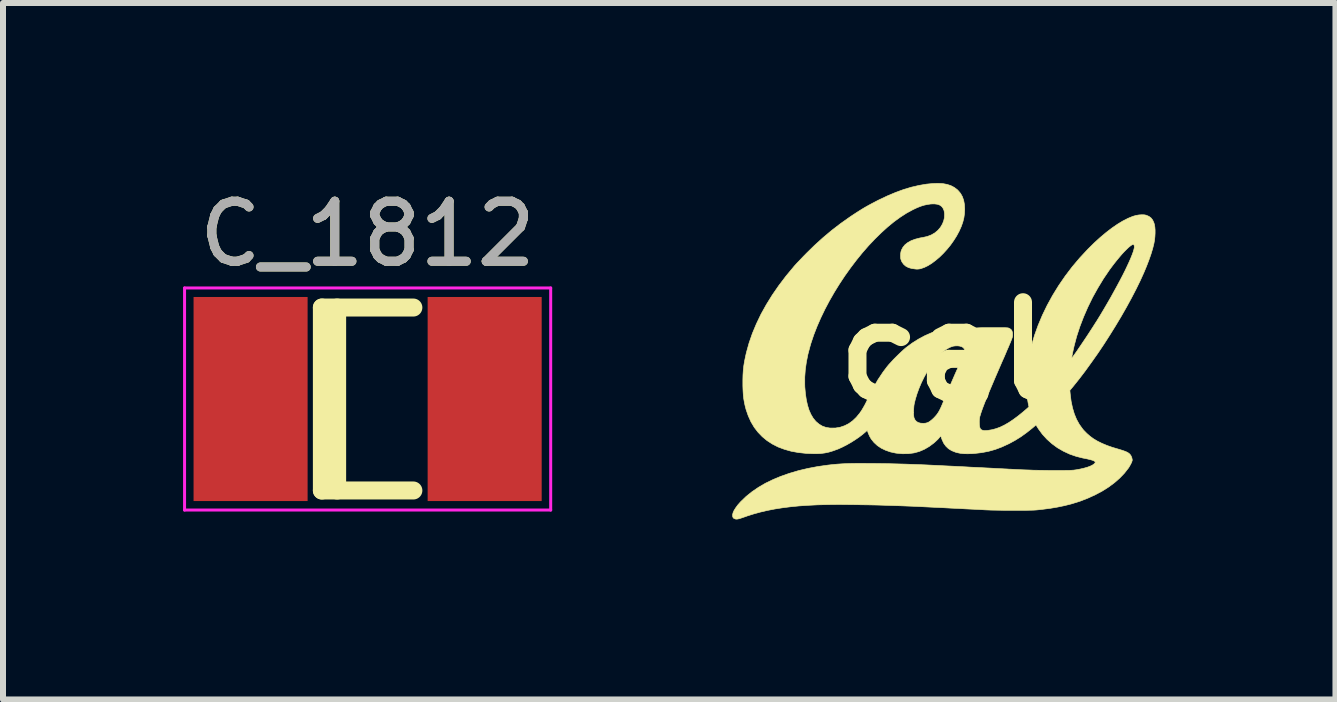
<source format=kicad_pcb>
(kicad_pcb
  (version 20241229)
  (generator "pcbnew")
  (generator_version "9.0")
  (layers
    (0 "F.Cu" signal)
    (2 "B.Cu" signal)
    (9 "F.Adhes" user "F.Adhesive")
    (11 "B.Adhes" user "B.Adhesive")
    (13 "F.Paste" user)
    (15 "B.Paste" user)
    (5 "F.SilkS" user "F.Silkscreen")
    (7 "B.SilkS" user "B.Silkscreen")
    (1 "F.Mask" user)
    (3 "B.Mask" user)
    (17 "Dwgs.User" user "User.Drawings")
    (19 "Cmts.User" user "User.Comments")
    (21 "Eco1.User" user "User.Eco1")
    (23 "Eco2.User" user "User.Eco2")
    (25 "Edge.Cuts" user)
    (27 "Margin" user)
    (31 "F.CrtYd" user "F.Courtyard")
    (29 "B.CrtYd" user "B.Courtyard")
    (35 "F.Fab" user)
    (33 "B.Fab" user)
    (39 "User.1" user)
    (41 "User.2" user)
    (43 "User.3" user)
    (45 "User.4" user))
  (footprint "cal"
    (layer "F.Cu")
    (at 12.688 2.82)
    (property "Reference" "cal" (at 0 0 0) (layer "F.SilkS") (effects (font (size 1.524 1.524) (thickness 0.3))))
    (attr through_hole)
    (fp_poly (pts (xy -0.031 -2.811) (xy 0.041 -2.798) (xy 0.105 -2.777) (xy 0.162 -2.747) (xy 0.211 -2.71) (xy 0.224 -2.697) (xy 0.265 -2.649) (xy 0.296 -2.594) (xy 0.318 -2.531) (xy 0.331 -2.46) (xy 0.335 -2.383) (xy 0.331 -2.31) (xy 0.321 -2.239) (xy 0.303 -2.168) (xy 0.277 -2.095) (xy 0.242 -2.017) (xy 0.2 -1.939) (xy 0.152 -1.863) (xy 0.099 -1.788) (xy 0.041 -1.717) (xy -0.02 -1.65) (xy -0.083 -1.588) (xy -0.148 -1.533) (xy -0.213 -1.484) (xy -0.277 -1.444) (xy -0.339 -1.414) (xy -0.398 -1.394) (xy -0.399 -1.393) (xy -0.43 -1.388) (xy -0.461 -1.386) (xy -0.486 -1.388) (xy -0.549 -1.397) (xy -0.602 -1.412) (xy -0.646 -1.435) (xy -0.681 -1.465) (xy -0.708 -1.502) (xy -0.717 -1.519) (xy -0.725 -1.54) (xy -0.731 -1.559) (xy -0.733 -1.58) (xy -0.734 -1.607) (xy -0.734 -1.612) (xy -0.732 -1.646) (xy -0.728 -1.673) (xy -0.721 -1.698) (xy -0.72 -1.701) (xy -0.695 -1.749) (xy -0.66 -1.792) (xy -0.613 -1.829) (xy -0.557 -1.86) (xy -0.489 -1.885) (xy -0.412 -1.905) (xy -0.361 -1.914) (xy -0.289 -1.93) (xy -0.223 -1.955) (xy -0.164 -1.989) (xy -0.112 -2.032) (xy -0.069 -2.082) (xy -0.036 -2.138) (xy -0.015 -2.191) (xy -0.003 -2.243) (xy -0.001 -2.298) (xy -0.001 -2.309) (xy -0.008 -2.358) (xy -0.024 -2.397) (xy -0.047 -2.429) (xy -0.079 -2.452) (xy -0.12 -2.467) (xy -0.169 -2.473) (xy -0.227 -2.472) (xy -0.282 -2.464) (xy -0.339 -2.452) (xy -0.397 -2.434) (xy -0.458 -2.41) (xy -0.526 -2.378) (xy -0.53 -2.376) (xy -0.633 -2.32) (xy -0.737 -2.253) (xy -0.843 -2.176) (xy -0.949 -2.089) (xy -1.055 -1.993) (xy -1.161 -1.889) (xy -1.266 -1.778) (xy -1.369 -1.66) (xy -1.469 -1.537) (xy -1.567 -1.408) (xy -1.662 -1.275) (xy -1.752 -1.139) (xy -1.838 -1) (xy -1.919 -0.859) (xy -1.994 -0.717) (xy -2.063 -0.574) (xy -2.125 -0.432) (xy -2.18 -0.291) (xy -2.227 -0.151) (xy -2.24 -0.106) (xy -2.277 0.032) (xy -2.303 0.163) (xy -2.321 0.29) (xy -2.33 0.413) (xy -2.33 0.535) (xy -2.329 0.576) (xy -2.319 0.689) (xy -2.304 0.79) (xy -2.284 0.881) (xy -2.259 0.962) (xy -2.227 1.034) (xy -2.191 1.095) (xy -2.148 1.148) (xy -2.141 1.155) (xy -2.091 1.197) (xy -2.038 1.229) (xy -1.979 1.25) (xy -1.914 1.261) (xy -1.896 1.262) (xy -1.816 1.261) (xy -1.739 1.248) (xy -1.666 1.223) (xy -1.597 1.188) (xy -1.532 1.141) (xy -1.471 1.083) (xy -1.415 1.015) (xy -1.408 1.005) (xy -0.517 1.005) (xy -0.516 1.041) (xy -0.513 1.071) (xy -0.509 1.092) (xy -0.492 1.127) (xy -0.468 1.153) (xy -0.437 1.171) (xy -0.398 1.181) (xy -0.35 1.183) (xy -0.347 1.183) (xy -0.314 1.18) (xy -0.286 1.172) (xy -0.268 1.164) (xy -0.243 1.148) (xy -0.214 1.125) (xy -0.183 1.097) (xy -0.153 1.065) (xy -0.127 1.034) (xy -0.117 1.019) (xy -0.104 1) (xy -0.093 0.981) (xy -0.082 0.961) (xy -0.07 0.937) (xy -0.057 0.909) (xy -0.042 0.874) (xy -0.024 0.831) (xy -0.006 0.787) (xy 0.035 0.688) (xy 0.078 0.585) (xy 0.125 0.477) (xy 0.175 0.362) (xy 0.23 0.239) (xy 0.248 0.2) (xy 0.268 0.154) (xy 0.287 0.11) (xy 0.304 0.071) (xy 0.318 0.037) (xy 0.328 0.011) (xy 0.335 -0.008) (xy 0.337 -0.015) (xy 0.337 -0.036) (xy 0.329 -0.055) (xy 0.326 -0.06) (xy 0.306 -0.082) (xy 0.279 -0.096) (xy 0.245 -0.105) (xy 0.214 -0.108) (xy 0.176 -0.107) (xy 0.141 -0.102) (xy 0.105 -0.09) (xy 0.07 -0.074) (xy 0.017 -0.042) (xy -0.037 0.000042) (xy -0.091 0.052) (xy -0.145 0.113) (xy -0.198 0.182) (xy -0.25 0.256) (xy -0.299 0.337) (xy -0.345 0.421) (xy -0.388 0.509) (xy -0.426 0.599) (xy -0.459 0.689) (xy -0.487 0.78) (xy -0.506 0.859) (xy -0.511 0.89) (xy -0.514 0.927) (xy -0.516 0.966) (xy -0.517 1.005) (xy -1.408 1.005) (xy -1.392 0.983) (xy -1.371 0.949) (xy -1.351 0.915) (xy -1.331 0.88) (xy -1.31 0.839) (xy -1.287 0.792) (xy -1.266 0.748) (xy -1.191 0.597) (xy -1.111 0.457) (xy -1.025 0.328) (xy -0.958 0.239) (xy -0.929 0.204) (xy -0.892 0.164) (xy -0.852 0.12) (xy -0.808 0.076) (xy -0.763 0.032) (xy -0.72 -0.009) (xy -0.68 -0.046) (xy -0.646 -0.075) (xy -0.641 -0.079) (xy -0.54 -0.154) (xy -0.435 -0.22) (xy -0.329 -0.277) (xy -0.222 -0.324) (xy -0.115 -0.362) (xy -0.01 -0.389) (xy 0.094 -0.406) (xy 0.195 -0.411) (xy 0.195 -0.411) (xy 0.26 -0.408) (xy 0.316 -0.398) (xy 0.367 -0.381) (xy 0.415 -0.355) (xy 0.437 -0.341) (xy 0.465 -0.32) (xy 0.475 -0.34) (xy 0.496 -0.373) (xy 0.517 -0.396) (xy 0.527 -0.403) (xy 0.534 -0.405) (xy 0.544 -0.407) (xy 0.559 -0.408) (xy 0.58 -0.409) (xy 0.608 -0.41) (xy 0.645 -0.411) (xy 0.69 -0.411) (xy 0.746 -0.411) (xy 0.8 -0.411) (xy 0.862 -0.411) (xy 0.914 -0.411) (xy 0.955 -0.411) (xy 0.988 -0.411) (xy 1.014 -0.41) (xy 1.034 -0.409) (xy 1.049 -0.408) (xy 1.059 -0.406) (xy 1.068 -0.404) (xy 1.075 -0.401) (xy 1.081 -0.398) (xy 1.082 -0.398) (xy 1.107 -0.38) (xy 1.123 -0.356) (xy 1.132 -0.325) (xy 1.133 -0.297) (xy 1.133 -0.288) (xy 1.133 -0.279) (xy 1.132 -0.27) (xy 1.13 -0.26) (xy 1.127 -0.247) (xy 1.122 -0.232) (xy 1.115 -0.213) (xy 1.106 -0.189) (xy 1.094 -0.16) (xy 1.079 -0.125) (xy 1.062 -0.084) (xy 1.04 -0.035) (xy 1.016 0.023) (xy 0.987 0.09) (xy 0.953 0.166) (xy 0.937 0.203) (xy 0.887 0.319) (xy 0.841 0.425) (xy 0.8 0.522) (xy 0.763 0.609) (xy 0.73 0.688) (xy 0.701 0.758) (xy 0.675 0.822) (xy 0.653 0.879) (xy 0.634 0.929) (xy 0.618 0.974) (xy 0.604 1.015) (xy 0.598 1.036) (xy 0.588 1.067) (xy 0.583 1.093) (xy 0.58 1.118) (xy 0.578 1.147) (xy 0.578 1.164) (xy 0.58 1.211) (xy 0.585 1.246) (xy 0.595 1.273) (xy 0.612 1.29) (xy 0.636 1.3) (xy 0.668 1.304) (xy 0.71 1.302) (xy 0.727 1.3) (xy 0.793 1.289) (xy 0.859 1.271) (xy 0.927 1.246) (xy 0.997 1.212) (xy 1.07 1.17) (xy 1.146 1.119) (xy 1.227 1.059) (xy 1.313 0.989) (xy 1.37 0.94) (xy 1.405 0.909) (xy 1.392 0.846) (xy 1.374 0.735) (xy 1.364 0.619) (xy 1.362 0.496) (xy 1.368 0.366) (xy 1.382 0.227) (xy 1.382 0.224) (xy 1.404 0.088) (xy 2.119 0.088) (xy 2.121 0.09) (xy 2.126 0.086) (xy 2.137 0.073) (xy 2.151 0.054) (xy 2.169 0.03) (xy 2.174 0.022) (xy 2.202 -0.017) (xy 2.234 -0.065) (xy 2.271 -0.119) (xy 2.31 -0.177) (xy 2.351 -0.238) (xy 2.392 -0.3) (xy 2.431 -0.36) (xy 2.468 -0.417) (xy 2.501 -0.469) (xy 2.529 -0.513) (xy 2.532 -0.517) (xy 2.593 -0.616) (xy 2.652 -0.715) (xy 2.71 -0.814) (xy 2.766 -0.911) (xy 2.819 -1.007) (xy 2.87 -1.1) (xy 2.918 -1.189) (xy 2.963 -1.275) (xy 3.004 -1.356) (xy 3.04 -1.432) (xy 3.073 -1.503) (xy 3.101 -1.567) (xy 3.124 -1.624) (xy 3.142 -1.673) (xy 3.154 -1.714) (xy 3.161 -1.745) (xy 3.161 -1.765) (xy 3.158 -1.782) (xy 3.152 -1.794) (xy 3.15 -1.797) (xy 3.138 -1.797) (xy 3.119 -1.789) (xy 3.095 -1.772) (xy 3.065 -1.748) (xy 3.032 -1.716) (xy 2.995 -1.679) (xy 2.955 -1.636) (xy 2.914 -1.588) (xy 2.871 -1.536) (xy 2.827 -1.481) (xy 2.783 -1.423) (xy 2.748 -1.376) (xy 2.647 -1.227) (xy 2.553 -1.072) (xy 2.465 -0.914) (xy 2.386 -0.752) (xy 2.315 -0.589) (xy 2.253 -0.427) (xy 2.2 -0.265) (xy 2.158 -0.106) (xy 2.141 -0.03) (xy 2.134 0.003) (xy 2.128 0.033) (xy 2.123 0.057) (xy 2.12 0.073) (xy 2.119 0.077) (xy 2.119 0.088) (xy 1.404 0.088) (xy 1.409 0.057) (xy 1.448 -0.111) (xy 1.497 -0.28) (xy 1.558 -0.449) (xy 1.629 -0.618) (xy 1.71 -0.785) (xy 1.8 -0.949) (xy 1.9 -1.111) (xy 2.009 -1.27) (xy 2.126 -1.424) (xy 2.252 -1.573) (xy 2.385 -1.716) (xy 2.392 -1.723) (xy 2.493 -1.823) (xy 2.593 -1.914) (xy 2.692 -1.997) (xy 2.787 -2.07) (xy 2.88 -2.134) (xy 2.969 -2.188) (xy 3.055 -2.232) (xy 3.135 -2.265) (xy 3.145 -2.268) (xy 3.191 -2.281) (xy 3.238 -2.289) (xy 3.285 -2.292) (xy 3.327 -2.291) (xy 3.362 -2.284) (xy 3.363 -2.283) (xy 3.406 -2.264) (xy 3.44 -2.238) (xy 3.467 -2.203) (xy 3.487 -2.159) (xy 3.496 -2.129) (xy 3.503 -2.088) (xy 3.507 -2.039) (xy 3.507 -1.984) (xy 3.504 -1.927) (xy 3.498 -1.87) (xy 3.488 -1.816) (xy 3.488 -1.814) (xy 3.466 -1.726) (xy 3.438 -1.634) (xy 3.404 -1.537) (xy 3.364 -1.433) (xy 3.321 -1.33) (xy 3.26 -1.195) (xy 3.19 -1.052) (xy 3.113 -0.904) (xy 3.03 -0.752) (xy 2.942 -0.598) (xy 2.848 -0.441) (xy 2.751 -0.285) (xy 2.652 -0.131) (xy 2.55 0.021) (xy 2.446 0.168) (xy 2.343 0.311) (xy 2.24 0.446) (xy 2.143 0.567) (xy 2.087 0.634) (xy 2.093 0.697) (xy 2.108 0.816) (xy 2.131 0.925) (xy 2.161 1.026) (xy 2.199 1.118) (xy 2.245 1.201) (xy 2.299 1.276) (xy 2.318 1.299) (xy 2.369 1.351) (xy 2.424 1.399) (xy 2.483 1.442) (xy 2.549 1.481) (xy 2.622 1.517) (xy 2.703 1.551) (xy 2.794 1.583) (xy 2.885 1.61) (xy 2.938 1.626) (xy 2.981 1.64) (xy 3.016 1.653) (xy 3.043 1.665) (xy 3.064 1.678) (xy 3.08 1.691) (xy 3.086 1.696) (xy 3.105 1.722) (xy 3.119 1.754) (xy 3.126 1.787) (xy 3.127 1.796) (xy 3.123 1.812) (xy 3.115 1.835) (xy 3.101 1.863) (xy 3.085 1.892) (xy 3.068 1.921) (xy 3.059 1.933) (xy 2.993 2.017) (xy 2.916 2.097) (xy 2.829 2.173) (xy 2.732 2.245) (xy 2.626 2.312) (xy 2.511 2.373) (xy 2.389 2.429) (xy 2.261 2.479) (xy 2.215 2.494) (xy 2.107 2.527) (xy 1.995 2.555) (xy 1.879 2.579) (xy 1.755 2.6) (xy 1.622 2.617) (xy 1.539 2.626) (xy 1.512 2.628) (xy 1.475 2.63) (xy 1.428 2.631) (xy 1.374 2.632) (xy 1.313 2.633) (xy 1.248 2.633) (xy 1.179 2.633) (xy 1.108 2.633) (xy 1.037 2.633) (xy 0.967 2.632) (xy 0.9 2.631) (xy 0.836 2.63) (xy 0.777 2.629) (xy 0.726 2.627) (xy 0.699 2.626) (xy 0.66 2.624) (xy 0.611 2.621) (xy 0.554 2.618) (xy 0.492 2.615) (xy 0.427 2.612) (xy 0.36 2.609) (xy 0.294 2.605) (xy 0.26 2.603) (xy 0.105 2.596) (xy -0.039 2.588) (xy -0.173 2.582) (xy -0.298 2.576) (xy -0.416 2.57) (xy -0.526 2.565) (xy -0.631 2.561) (xy -0.73 2.557) (xy -0.826 2.554) (xy -0.92 2.551) (xy -1.011 2.548) (xy -1.102 2.545) (xy -1.194 2.543) (xy -1.287 2.541) (xy -1.382 2.54) (xy -1.481 2.538) (xy -1.572 2.537) (xy -1.763 2.535) (xy -1.942 2.537) (xy -2.112 2.541) (xy -2.271 2.549) (xy -2.422 2.559) (xy -2.564 2.573) (xy -2.699 2.59) (xy -2.827 2.61) (xy -2.95 2.634) (xy -3.066 2.661) (xy -3.179 2.692) (xy -3.287 2.726) (xy -3.317 2.737) (xy -3.361 2.752) (xy -3.396 2.764) (xy -3.423 2.772) (xy -3.444 2.777) (xy -3.46 2.779) (xy -3.474 2.779) (xy -3.487 2.777) (xy -3.488 2.776) (xy -3.51 2.768) (xy -3.524 2.754) (xy -3.531 2.736) (xy -3.533 2.708) (xy -3.525 2.674) (xy -3.508 2.635) (xy -3.481 2.592) (xy -3.446 2.544) (xy -3.402 2.494) (xy -3.392 2.484) (xy -3.306 2.401) (xy -3.209 2.323) (xy -3.102 2.25) (xy -2.986 2.182) (xy -2.86 2.121) (xy -2.726 2.065) (xy -2.583 2.015) (xy -2.433 1.971) (xy -2.276 1.934) (xy -2.113 1.903) (xy -1.943 1.879) (xy -1.881 1.872) (xy -1.832 1.867) (xy -1.785 1.863) (xy -1.74 1.86) (xy -1.693 1.857) (xy -1.645 1.855) (xy -1.594 1.853) (xy -1.539 1.852) (xy -1.477 1.851) (xy -1.409 1.851) (xy -1.332 1.851) (xy -1.245 1.852) (xy -1.179 1.852) (xy -1.099 1.853) (xy -1.021 1.854) (xy -0.946 1.855) (xy -0.872 1.857) (xy -0.799 1.859) (xy -0.724 1.861) (xy -0.648 1.863) (xy -0.569 1.866) (xy -0.486 1.869) (xy -0.399 1.872) (xy -0.306 1.876) (xy -0.206 1.881) (xy -0.098 1.886) (xy 0.018 1.892) (xy 0.144 1.898) (xy 0.28 1.905) (xy 0.342 1.908) (xy 0.444 1.914) (xy 0.536 1.918) (xy 0.616 1.922) (xy 0.688 1.926) (xy 0.751 1.929) (xy 0.805 1.932) (xy 0.853 1.935) (xy 0.895 1.937) (xy 0.932 1.939) (xy 0.964 1.94) (xy 0.993 1.942) (xy 1.018 1.943) (xy 1.042 1.944) (xy 1.065 1.946) (xy 1.088 1.947) (xy 1.098 1.947) (xy 1.19 1.952) (xy 1.272 1.956) (xy 1.345 1.959) (xy 1.413 1.961) (xy 1.476 1.964) (xy 1.537 1.965) (xy 1.598 1.966) (xy 1.66 1.967) (xy 1.726 1.968) (xy 1.798 1.968) (xy 1.826 1.968) (xy 1.896 1.968) (xy 1.955 1.968) (xy 2.004 1.968) (xy 2.045 1.967) (xy 2.079 1.967) (xy 2.107 1.966) (xy 2.131 1.964) (xy 2.151 1.963) (xy 2.17 1.96) (xy 2.188 1.958) (xy 2.189 1.958) (xy 2.259 1.945) (xy 2.323 1.93) (xy 2.38 1.914) (xy 2.428 1.896) (xy 2.466 1.877) (xy 2.487 1.862) (xy 2.501 1.849) (xy 2.509 1.837) (xy 2.509 1.826) (xy 2.501 1.816) (xy 2.484 1.807) (xy 2.459 1.797) (xy 2.423 1.787) (xy 2.377 1.776) (xy 2.319 1.764) (xy 2.31 1.763) (xy 2.194 1.734) (xy 2.084 1.696) (xy 1.979 1.647) (xy 1.88 1.59) (xy 1.789 1.523) (xy 1.706 1.449) (xy 1.63 1.366) (xy 1.564 1.276) (xy 1.545 1.246) (xy 1.523 1.21) (xy 1.468 1.257) (xy 1.369 1.336) (xy 1.272 1.406) (xy 1.174 1.467) (xy 1.073 1.522) (xy 1.064 1.526) (xy 0.953 1.577) (xy 0.844 1.618) (xy 0.734 1.649) (xy 0.62 1.671) (xy 0.5 1.685) (xy 0.461 1.688) (xy 0.387 1.69) (xy 0.322 1.689) (xy 0.264 1.683) (xy 0.21 1.672) (xy 0.179 1.663) (xy 0.117 1.638) (xy 0.065 1.606) (xy 0.022 1.565) (xy -0.014 1.516) (xy -0.041 1.458) (xy -0.048 1.439) (xy -0.064 1.392) (xy -0.094 1.428) (xy -0.111 1.448) (xy -0.135 1.471) (xy -0.161 1.495) (xy -0.179 1.511) (xy -0.257 1.569) (xy -0.338 1.616) (xy -0.422 1.652) (xy -0.51 1.676) (xy -0.601 1.688) (xy -0.698 1.69) (xy -0.798 1.681) (xy -0.819 1.678) (xy -0.905 1.659) (xy -0.985 1.631) (xy -1.057 1.596) (xy -1.121 1.553) (xy -1.176 1.502) (xy -1.222 1.445) (xy -1.226 1.439) (xy -1.25 1.397) (xy -1.272 1.347) (xy -1.285 1.31) (xy -1.288 1.305) (xy -1.293 1.306) (xy -1.303 1.313) (xy -1.317 1.326) (xy -1.368 1.369) (xy -1.427 1.414) (xy -1.493 1.459) (xy -1.563 1.503) (xy -1.635 1.544) (xy -1.706 1.58) (xy -1.774 1.611) (xy -1.783 1.614) (xy -1.859 1.642) (xy -1.929 1.663) (xy -1.996 1.677) (xy -2.066 1.686) (xy -2.14 1.689) (xy -2.168 1.689) (xy -2.305 1.684) (xy -2.435 1.67) (xy -2.556 1.648) (xy -2.669 1.616) (xy -2.774 1.577) (xy -2.87 1.528) (xy -2.958 1.471) (xy -3.038 1.405) (xy -3.109 1.331) (xy -3.172 1.249) (xy -3.226 1.158) (xy -3.271 1.059) (xy -3.308 0.952) (xy -3.323 0.895) (xy -3.333 0.849) (xy -3.341 0.806) (xy -3.348 0.764) (xy -3.353 0.721) (xy -3.356 0.674) (xy -3.359 0.62) (xy -3.361 0.557) (xy -3.361 0.544) (xy -3.361 0.455) (xy -3.359 0.375) (xy -3.354 0.3) (xy -3.346 0.227) (xy -3.334 0.153) (xy -3.318 0.074) (xy -3.302 0.003) (xy -3.258 -0.155) (xy -3.203 -0.314) (xy -3.136 -0.474) (xy -3.059 -0.635) (xy -2.97 -0.795) (xy -2.871 -0.955) (xy -2.761 -1.114) (xy -2.642 -1.271) (xy -2.513 -1.426) (xy -2.506 -1.435) (xy -2.484 -1.459) (xy -2.456 -1.49) (xy -2.422 -1.525) (xy -2.386 -1.563) (xy -2.349 -1.602) (xy -2.312 -1.639) (xy -2.311 -1.641) (xy -2.169 -1.78) (xy -2.028 -1.908) (xy -1.884 -2.029) (xy -1.736 -2.143) (xy -1.582 -2.252) (xy -1.527 -2.289) (xy -1.455 -2.336) (xy -1.39 -2.377) (xy -1.327 -2.415) (xy -1.263 -2.451) (xy -1.196 -2.487) (xy -1.123 -2.525) (xy -1.089 -2.542) (xy -0.947 -2.609) (xy -0.811 -2.666) (xy -0.679 -2.714) (xy -0.551 -2.752) (xy -0.426 -2.781) (xy -0.303 -2.802) (xy -0.2 -2.812) (xy -0.111 -2.815) (xy -0.031 -2.811)) (stroke (width 0.01) (type solid)) (fill yes) (layer "F.SilkS")))
  (footprint "C_1812"
    (layer "F.Cu")
    (at 3.075 3.598)
    (property "Reference" "C_1812" (at 0 -2.75 0) (layer "F.SilkS") (effects (font (size 1 1) (thickness 0.15))))
    (attr smd)
    (fp_line (start -0.762 -1.524) (end -0.762 1.524) (stroke (width 0.3) (type solid)) (layer "F.SilkS"))
    (fp_line (start -0.762 1.524) (end 0.762 1.524) (stroke (width 0.3) (type solid)) (layer "F.SilkS"))
    (fp_line (start -0.508 1.524) (end -0.508 -1.524) (stroke (width 0.3) (type solid)) (layer "F.SilkS"))
    (fp_line (start 0.762 -1.524) (end -0.762 -1.524) (stroke (width 0.3) (type solid)) (layer "F.SilkS"))
    (fp_line (start -3.05 -1.85) (end -3.05 1.85) (stroke (width 0.05) (type solid)) (layer "F.CrtYd"))
    (fp_line (start -3.05 -1.85) (end 3.05 -1.85) (stroke (width 0.05) (type solid)) (layer "F.CrtYd"))
    (fp_line (start 3.05 1.85) (end -3.05 1.85) (stroke (width 0.05) (type solid)) (layer "F.CrtYd"))
    (fp_line (start 3.05 1.85) (end 3.05 -1.85) (stroke (width 0.05) (type solid)) (layer "F.CrtYd"))
    (fp_text user "${REFERENCE}" (at 0 -2.75 0) (layer "F.Fab") (effects (font (size 1 1) (thickness 0.15))))
    (pad "1" smd rect (at -1.95 0) (size 1.9 3.4) (layers "F.Cu" "F.Mask" "F.Paste"))
    (pad "2" smd rect (at 1.95 0) (size 1.9 3.4) (layers "F.Cu" "F.Mask" "F.Paste")))
  (gr_rect
    (start -3 -3)
    (end 19.2 8.604)
    (stroke (width 0.1) (type default))
    (fill no)
    (layer "Edge.Cuts")))
</source>
